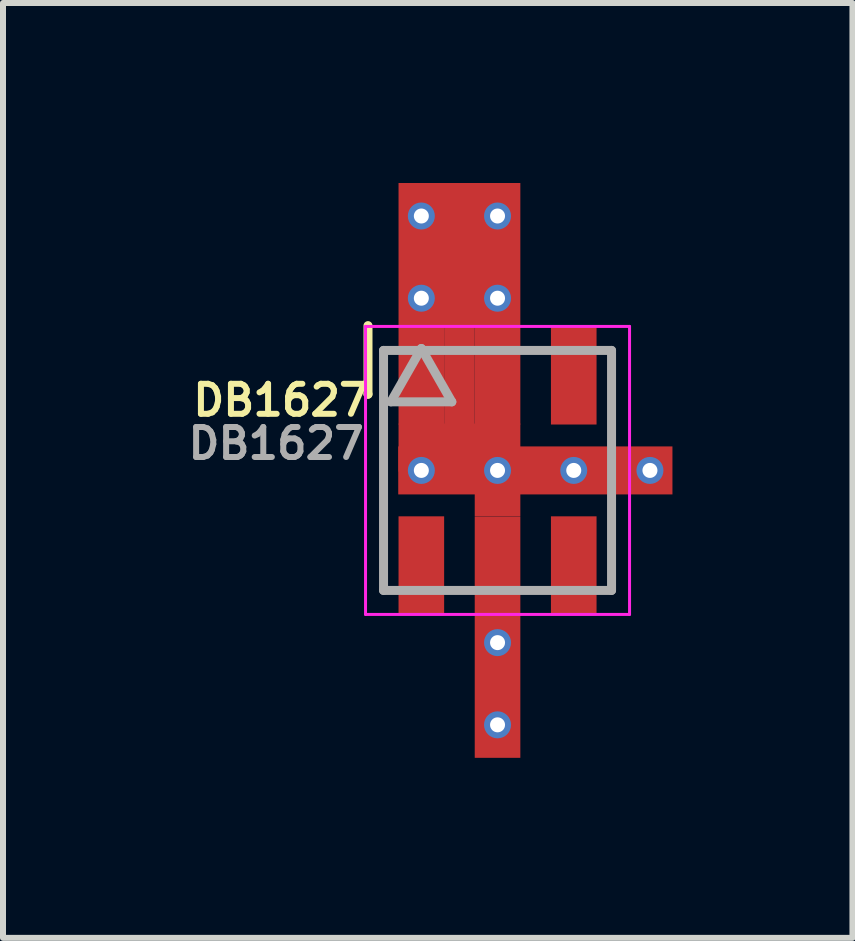
<source format=kicad_pcb>
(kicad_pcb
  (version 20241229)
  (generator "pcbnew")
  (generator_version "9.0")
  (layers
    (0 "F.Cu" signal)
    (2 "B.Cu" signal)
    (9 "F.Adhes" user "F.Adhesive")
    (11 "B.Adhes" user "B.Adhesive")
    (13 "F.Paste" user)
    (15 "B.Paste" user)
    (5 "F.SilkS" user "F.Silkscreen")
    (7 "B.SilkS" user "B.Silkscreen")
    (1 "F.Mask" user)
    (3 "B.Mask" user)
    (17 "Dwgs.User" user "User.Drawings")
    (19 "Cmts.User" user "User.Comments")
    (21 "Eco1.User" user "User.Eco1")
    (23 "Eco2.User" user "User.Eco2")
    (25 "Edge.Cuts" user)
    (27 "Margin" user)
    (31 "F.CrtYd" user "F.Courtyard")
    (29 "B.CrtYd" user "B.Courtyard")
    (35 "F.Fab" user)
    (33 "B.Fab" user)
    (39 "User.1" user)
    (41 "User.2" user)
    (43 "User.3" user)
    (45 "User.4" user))
  (footprint "DB1627"
    (layer "F.Cu")
    (at 5.242 4.79)
    (property "Reference" "DB1627" (at -3.61 -1.17 0) (layer "F.SilkS") (effects (font (size 0.5 0.5) (thickness 0.1))))
    (attr through_hole)
    (fp_line (start -2.159 -2.413) (end -2.159 -1.27) (stroke (width 0.15) (type solid)) (layer "F.SilkS"))
    (fp_line (start -2.159 -1.27) (end -2.159 -1.27) (stroke (width 0.15) (type solid)) (layer "F.SilkS"))
    (fp_line (start -2.2 -2.4) (end 2.2 -2.4) (stroke (width 0.05) (type solid)) (layer "F.CrtYd"))
    (fp_line (start -2.2 2.4) (end -2.2 -2.4) (stroke (width 0.05) (type solid)) (layer "F.CrtYd"))
    (fp_line (start 2.2 -2.4) (end 2.2 2.4) (stroke (width 0.05) (type solid)) (layer "F.CrtYd"))
    (fp_line (start 2.2 2.4) (end -2.2 2.4) (stroke (width 0.05) (type solid)) (layer "F.CrtYd"))
    (fp_line (start -1.9 -2) (end 1.9 -2) (stroke (width 0.15) (type solid)) (layer "F.Fab"))
    (fp_line (start -1.9 2) (end -1.9 -2) (stroke (width 0.15) (type solid)) (layer "F.Fab"))
    (fp_line (start -1.778 -1.143) (end -0.762 -1.143) (stroke (width 0.15) (type solid)) (layer "F.Fab"))
    (fp_line (start -1.27 -2.032) (end -1.778 -1.143) (stroke (width 0.15) (type solid)) (layer "F.Fab"))
    (fp_line (start -0.762 -1.143) (end -1.27 -2.032) (stroke (width 0.15) (type solid)) (layer "F.Fab"))
    (fp_line (start 1.9 -2) (end 1.9 2) (stroke (width 0.15) (type solid)) (layer "F.Fab"))
    (fp_line (start 1.9 2) (end -1.9 2) (stroke (width 0.15) (type solid)) (layer "F.Fab"))
    (fp_text user "${REFERENCE}" (at -3.69 -0.45 0) (layer "F.Fab") (effects (font (size 0.5 0.5) (thickness 0.1))))
    (pad "2" thru_hole circle (at -1.27 -4.24) (size 0.45 0.45) (drill 0.25) (layers "*.Cu"))
    (pad "2" thru_hole circle (at -1.27 -2.87) (size 0.45 0.45) (drill 0.25) (layers "*.Cu"))
    (pad "2" smd rect (at -1.27 -1.59) (size 0.76 1.65) (layers "F.Cu" "F.Mask" "F.Paste"))
    (pad "2" thru_hole circle (at -1.27 0) (size 0.45 0.45) (drill 0.25) (layers "*.Cu"))
    (pad "2" smd rect (at -0.635 -3.6) (size 2.03 2.38) (layers "F.Cu"))
    (pad "2" smd rect (at -0.635 -1.59) (size 0.51 1.65) (layers "F.Cu"))
    (pad "2" smd rect (at -0.635 -0.38) (size 2.03 0.8) (layers "F.Cu"))
    (pad "2" thru_hole circle (at 0 -4.24) (size 0.45 0.45) (drill 0.25) (layers "*.Cu"))
    (pad "2" thru_hole circle (at 0 -2.87) (size 0.45 0.45) (drill 0.25) (layers "*.Cu"))
    (pad "2" smd rect (at 0 -1.59) (size 0.76 1.65) (layers "F.Cu" "F.Mask" "F.Paste"))
    (pad "2" thru_hole circle (at 0 0) (size 0.45 0.45) (drill 0.25) (layers "*.Cu"))
    (pad "2" smd rect (at 0 0.36) (size 0.76 0.8) (layers "F.Cu"))
    (pad "2" smd rect (at 0 1.59) (size 0.76 1.65) (layers "F.Cu" "F.Mask" "F.Paste"))
    (pad "2" thru_hole circle (at 0 2.87) (size 0.45 0.45) (drill 0.25) (layers "*.Cu"))
    (pad "2" smd rect (at 0 3.6) (size 0.76 2.38) (layers "F.Cu" "F.Mask" "F.Paste"))
    (pad "2" thru_hole circle (at 0 4.24) (size 0.45 0.45) (drill 0.25) (layers "*.Cu"))
    (pad "2" smd rect (at 0.63 0) (size 4.57 0.8) (layers "F.Cu"))
    (pad "2" thru_hole circle (at 1.27 0) (size 0.45 0.45) (drill 0.25) (layers "*.Cu"))
    (pad "2" thru_hole circle (at 2.54 0) (size 0.45 0.45) (drill 0.25) (layers "*.Cu"))
    (pad "3" smd rect (at 1.27 -1.59) (size 0.76 1.65) (layers "F.Cu" "F.Mask" "F.Paste"))
    (pad "4" smd rect (at 1.27 1.59) (size 0.76 1.65) (layers "F.Cu" "F.Mask" "F.Paste"))
    (pad "6" smd rect (at -1.27 1.59) (size 0.76 1.65) (layers "F.Cu" "F.Mask" "F.Paste")))
  (gr_rect
    (start -3 -3)
    (end 11.157 12.58)
    (stroke (width 0.1) (type default))
    (fill no)
    (layer "Edge.Cuts")))
</source>
